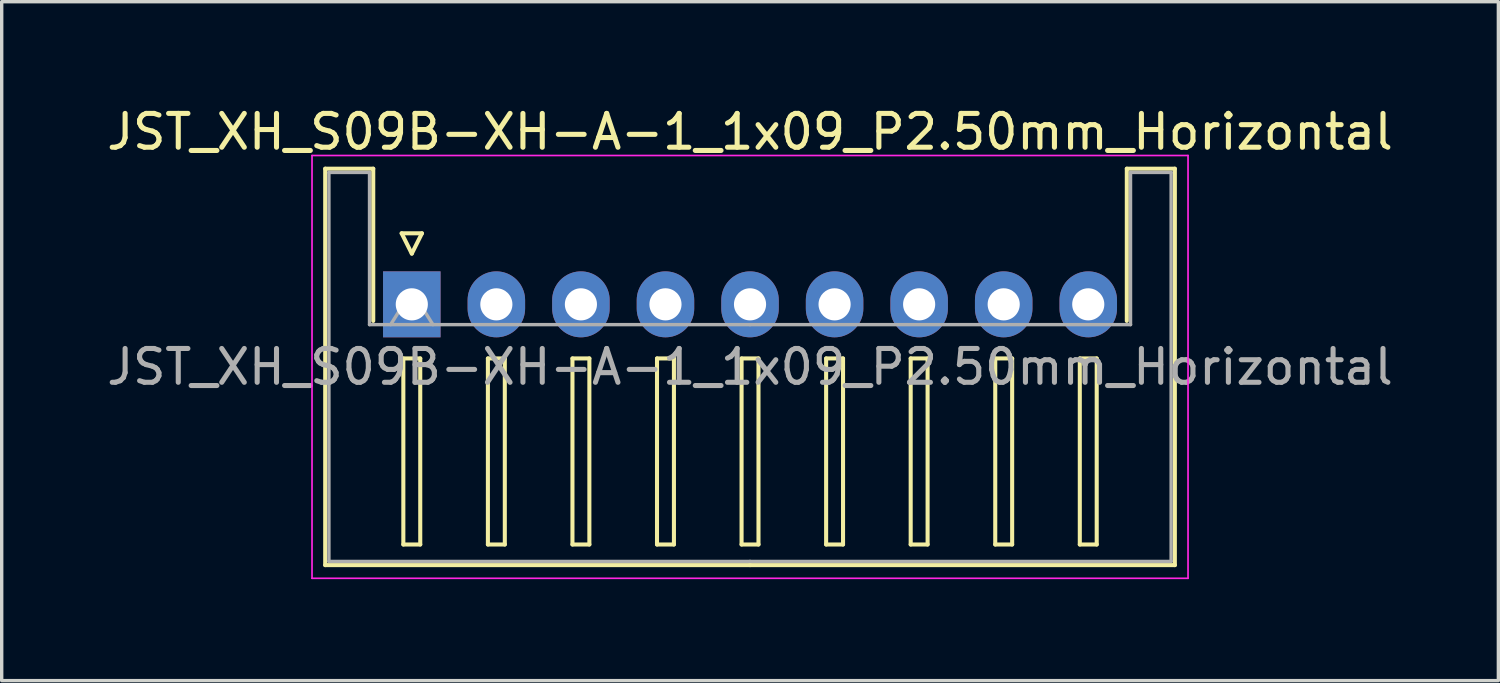
<source format=kicad_pcb>
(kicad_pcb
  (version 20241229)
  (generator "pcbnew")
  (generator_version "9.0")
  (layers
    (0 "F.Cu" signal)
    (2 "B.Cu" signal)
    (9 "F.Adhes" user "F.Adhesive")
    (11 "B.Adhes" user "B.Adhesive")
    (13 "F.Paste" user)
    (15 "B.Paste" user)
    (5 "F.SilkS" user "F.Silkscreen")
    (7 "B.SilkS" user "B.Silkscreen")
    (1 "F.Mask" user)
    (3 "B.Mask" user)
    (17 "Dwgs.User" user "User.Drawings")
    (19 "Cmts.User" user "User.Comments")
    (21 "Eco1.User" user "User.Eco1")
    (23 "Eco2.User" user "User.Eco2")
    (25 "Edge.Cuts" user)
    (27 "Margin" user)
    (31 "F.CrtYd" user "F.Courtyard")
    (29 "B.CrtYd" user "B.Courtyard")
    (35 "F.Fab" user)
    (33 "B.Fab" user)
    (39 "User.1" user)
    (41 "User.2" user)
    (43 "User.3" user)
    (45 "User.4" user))
  (footprint "JST_XH_S09B-XH-A-1_1x09_P2.50mm_Horizontal"
    (layer "F.Cu")
    (at 9.125 5.948)
    (property "Reference" "JST_XH_S09B-XH-A-1_1x09_P2.50mm_Horizontal" (at 10 -5.1 0) (layer "F.SilkS") (effects (font (size 1 1) (thickness 0.15))))
    (attr through_hole)
    (fp_line (start -2.56 -4.01) (end -1.14 -4.01) (stroke (width 0.12) (type solid)) (layer "F.SilkS"))
    (fp_line (start -2.56 7.71) (end -2.56 -4.01) (stroke (width 0.12) (type solid)) (layer "F.SilkS"))
    (fp_line (start -1.14 -4.01) (end -1.14 0.49) (stroke (width 0.12) (type solid)) (layer "F.SilkS"))
    (fp_line (start -0.3 -2.1) (end 0.3 -2.1) (stroke (width 0.12) (type solid)) (layer "F.SilkS"))
    (fp_line (start -0.25 1.6) (end -0.25 7.1) (stroke (width 0.12) (type solid)) (layer "F.SilkS"))
    (fp_line (start -0.25 7.1) (end 0.25 7.1) (stroke (width 0.12) (type solid)) (layer "F.SilkS"))
    (fp_line (start 0 -1.5) (end -0.3 -2.1) (stroke (width 0.12) (type solid)) (layer "F.SilkS"))
    (fp_line (start 0.25 1.6) (end -0.25 1.6) (stroke (width 0.12) (type solid)) (layer "F.SilkS"))
    (fp_line (start 0.25 7.1) (end 0.25 1.6) (stroke (width 0.12) (type solid)) (layer "F.SilkS"))
    (fp_line (start 0.3 -2.1) (end 0 -1.5) (stroke (width 0.12) (type solid)) (layer "F.SilkS"))
    (fp_line (start 2.25 1.6) (end 2.25 7.1) (stroke (width 0.12) (type solid)) (layer "F.SilkS"))
    (fp_line (start 2.25 7.1) (end 2.75 7.1) (stroke (width 0.12) (type solid)) (layer "F.SilkS"))
    (fp_line (start 2.75 1.6) (end 2.25 1.6) (stroke (width 0.12) (type solid)) (layer "F.SilkS"))
    (fp_line (start 2.75 7.1) (end 2.75 1.6) (stroke (width 0.12) (type solid)) (layer "F.SilkS"))
    (fp_line (start 4.75 1.6) (end 4.75 7.1) (stroke (width 0.12) (type solid)) (layer "F.SilkS"))
    (fp_line (start 4.75 7.1) (end 5.25 7.1) (stroke (width 0.12) (type solid)) (layer "F.SilkS"))
    (fp_line (start 5.25 1.6) (end 4.75 1.6) (stroke (width 0.12) (type solid)) (layer "F.SilkS"))
    (fp_line (start 5.25 7.1) (end 5.25 1.6) (stroke (width 0.12) (type solid)) (layer "F.SilkS"))
    (fp_line (start 7.25 1.6) (end 7.25 7.1) (stroke (width 0.12) (type solid)) (layer "F.SilkS"))
    (fp_line (start 7.25 7.1) (end 7.75 7.1) (stroke (width 0.12) (type solid)) (layer "F.SilkS"))
    (fp_line (start 7.75 1.6) (end 7.25 1.6) (stroke (width 0.12) (type solid)) (layer "F.SilkS"))
    (fp_line (start 7.75 7.1) (end 7.75 1.6) (stroke (width 0.12) (type solid)) (layer "F.SilkS"))
    (fp_line (start 9.75 1.6) (end 9.75 7.1) (stroke (width 0.12) (type solid)) (layer "F.SilkS"))
    (fp_line (start 9.75 7.1) (end 10.25 7.1) (stroke (width 0.12) (type solid)) (layer "F.SilkS"))
    (fp_line (start 10 7.71) (end -2.56 7.71) (stroke (width 0.12) (type solid)) (layer "F.SilkS"))
    (fp_line (start 10 7.71) (end 22.56 7.71) (stroke (width 0.12) (type solid)) (layer "F.SilkS"))
    (fp_line (start 10.25 1.6) (end 9.75 1.6) (stroke (width 0.12) (type solid)) (layer "F.SilkS"))
    (fp_line (start 10.25 7.1) (end 10.25 1.6) (stroke (width 0.12) (type solid)) (layer "F.SilkS"))
    (fp_line (start 12.25 1.6) (end 12.25 7.1) (stroke (width 0.12) (type solid)) (layer "F.SilkS"))
    (fp_line (start 12.25 7.1) (end 12.75 7.1) (stroke (width 0.12) (type solid)) (layer "F.SilkS"))
    (fp_line (start 12.75 1.6) (end 12.25 1.6) (stroke (width 0.12) (type solid)) (layer "F.SilkS"))
    (fp_line (start 12.75 7.1) (end 12.75 1.6) (stroke (width 0.12) (type solid)) (layer "F.SilkS"))
    (fp_line (start 14.75 1.6) (end 14.75 7.1) (stroke (width 0.12) (type solid)) (layer "F.SilkS"))
    (fp_line (start 14.75 7.1) (end 15.25 7.1) (stroke (width 0.12) (type solid)) (layer "F.SilkS"))
    (fp_line (start 15.25 1.6) (end 14.75 1.6) (stroke (width 0.12) (type solid)) (layer "F.SilkS"))
    (fp_line (start 15.25 7.1) (end 15.25 1.6) (stroke (width 0.12) (type solid)) (layer "F.SilkS"))
    (fp_line (start 17.25 1.6) (end 17.25 7.1) (stroke (width 0.12) (type solid)) (layer "F.SilkS"))
    (fp_line (start 17.25 7.1) (end 17.75 7.1) (stroke (width 0.12) (type solid)) (layer "F.SilkS"))
    (fp_line (start 17.75 1.6) (end 17.25 1.6) (stroke (width 0.12) (type solid)) (layer "F.SilkS"))
    (fp_line (start 17.75 7.1) (end 17.75 1.6) (stroke (width 0.12) (type solid)) (layer "F.SilkS"))
    (fp_line (start 19.75 1.6) (end 19.75 7.1) (stroke (width 0.12) (type solid)) (layer "F.SilkS"))
    (fp_line (start 19.75 7.1) (end 20.25 7.1) (stroke (width 0.12) (type solid)) (layer "F.SilkS"))
    (fp_line (start 20.25 1.6) (end 19.75 1.6) (stroke (width 0.12) (type solid)) (layer "F.SilkS"))
    (fp_line (start 20.25 7.1) (end 20.25 1.6) (stroke (width 0.12) (type solid)) (layer "F.SilkS"))
    (fp_line (start 21.14 -4.01) (end 21.14 0.49) (stroke (width 0.12) (type solid)) (layer "F.SilkS"))
    (fp_line (start 22.56 -4.01) (end 21.14 -4.01) (stroke (width 0.12) (type solid)) (layer "F.SilkS"))
    (fp_line (start 22.56 7.71) (end 22.56 -4.01) (stroke (width 0.12) (type solid)) (layer "F.SilkS"))
    (fp_line (start -2.95 -4.4) (end -2.95 8.1) (stroke (width 0.05) (type solid)) (layer "F.CrtYd"))
    (fp_line (start -2.95 8.1) (end 22.95 8.1) (stroke (width 0.05) (type solid)) (layer "F.CrtYd"))
    (fp_line (start 22.95 -4.4) (end -2.95 -4.4) (stroke (width 0.05) (type solid)) (layer "F.CrtYd"))
    (fp_line (start 22.95 8.1) (end 22.95 -4.4) (stroke (width 0.05) (type solid)) (layer "F.CrtYd"))
    (fp_line (start -2.45 -3.9) (end -1.25 -3.9) (stroke (width 0.1) (type solid)) (layer "F.Fab"))
    (fp_line (start -2.45 7.6) (end -2.45 -3.9) (stroke (width 0.1) (type solid)) (layer "F.Fab"))
    (fp_line (start -1.25 -3.9) (end -1.25 0.6) (stroke (width 0.1) (type solid)) (layer "F.Fab"))
    (fp_line (start -1.25 0.6) (end 10 0.6) (stroke (width 0.1) (type solid)) (layer "F.Fab"))
    (fp_line (start -0.625 0.6) (end 0 -0.4) (stroke (width 0.1) (type solid)) (layer "F.Fab"))
    (fp_line (start 0 -0.4) (end 0.625 0.6) (stroke (width 0.1) (type solid)) (layer "F.Fab"))
    (fp_line (start 10 7.6) (end -2.45 7.6) (stroke (width 0.1) (type solid)) (layer "F.Fab"))
    (fp_line (start 10 7.6) (end 22.45 7.6) (stroke (width 0.1) (type solid)) (layer "F.Fab"))
    (fp_line (start 21.25 -3.9) (end 21.25 0.6) (stroke (width 0.1) (type solid)) (layer "F.Fab"))
    (fp_line (start 21.25 0.6) (end 10 0.6) (stroke (width 0.1) (type solid)) (layer "F.Fab"))
    (fp_line (start 22.45 -3.9) (end 21.25 -3.9) (stroke (width 0.1) (type solid)) (layer "F.Fab"))
    (fp_line (start 22.45 7.6) (end 22.45 -3.9) (stroke (width 0.1) (type solid)) (layer "F.Fab"))
    (fp_text user "${REFERENCE}" (at 10 1.85 0) (layer "F.Fab") (effects (font (size 1 1) (thickness 0.15))))
    (pad "1" thru_hole rect (at 0 0) (size 1.7 1.95) (drill 0.95) (layers "*.Cu" "*.Mask"))
    (pad "2" thru_hole oval (at 2.5 0) (size 1.7 1.95) (drill 0.95) (layers "*.Cu" "*.Mask"))
    (pad "3" thru_hole oval (at 5 0) (size 1.7 1.95) (drill 0.95) (layers "*.Cu" "*.Mask"))
    (pad "4" thru_hole oval (at 7.5 0) (size 1.7 1.95) (drill 0.95) (layers "*.Cu" "*.Mask"))
    (pad "5" thru_hole oval (at 10 0) (size 1.7 1.95) (drill 0.95) (layers "*.Cu" "*.Mask"))
    (pad "6" thru_hole oval (at 12.5 0) (size 1.7 1.95) (drill 0.95) (layers "*.Cu" "*.Mask"))
    (pad "7" thru_hole oval (at 15 0) (size 1.7 1.95) (drill 0.95) (layers "*.Cu" "*.Mask"))
    (pad "8" thru_hole oval (at 17.5 0) (size 1.7 1.95) (drill 0.95) (layers "*.Cu" "*.Mask"))
    (pad "9" thru_hole oval (at 20 0) (size 1.7 1.95) (drill 0.95) (layers "*.Cu" "*.Mask")))
  (gr_rect
    (start -3 -3)
    (end 41.25 17.073)
    (stroke (width 0.1) (type default))
    (fill no)
    (layer "Edge.Cuts")))
</source>
